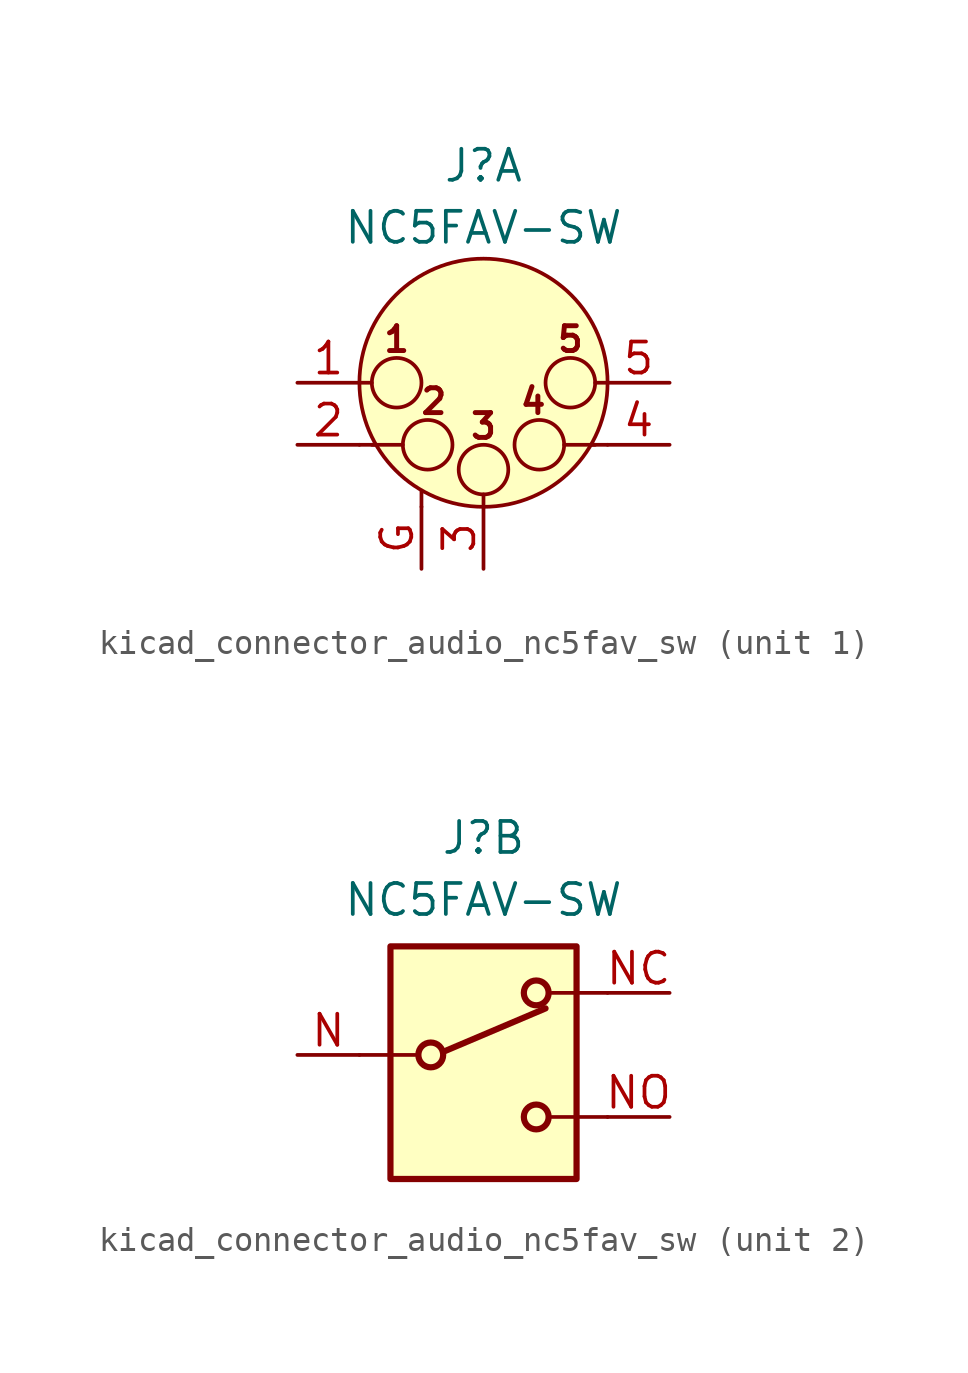
<source format=kicad_sym>
(kicad_symbol_lib
  (version 20220914)
  (generator kicad_symbol_editor)
  (symbol "kicad_connector_audio_nc5fav_sw"
    (pin_names hide)
    (property "Reference" "J"
      (at 0 8.89 0)
      (effects (font (size 1.27 1.27))))
    (property "Value" "NC5FAV-SW"
      (at 0 6.35 0)
      (effects (font (size 1.27 1.27))))
    (property "ki_locked" ""
      (at 0 0 0)
      (effects (font (size 1.27 1.27))))
    (symbol "kicad_connector_audio_nc5fav_sw_1_1"
      (circle (center -3.556 0) (radius 1.016) (stroke (width 0) (type default)) (fill (type none)))
      (circle (center -2.286 -2.54) (radius 1.016) (stroke (width 0) (type default)) (fill (type none)))
      (circle (center 0 -3.556) (radius 1.016) (stroke (width 0) (type default)) (fill (type none)))
      (polyline (pts (xy -5.08 -2.54) (xy -4.445 -2.54)) (stroke (width 0) (type default)) (fill (type none)))
      (polyline (pts (xy -5.08 0) (xy -4.572 0)) (stroke (width 0) (type default)) (fill (type none)))
      (polyline (pts (xy -4.572 -2.54) (xy -3.302 -2.54)) (stroke (width 0) (type default)) (fill (type none)))
      (polyline (pts (xy -2.54 -5.08) (xy -2.54 -4.445)) (stroke (width 0) (type default)) (fill (type none)))
      (polyline (pts (xy 0 -5.08) (xy 0 -4.572)) (stroke (width 0) (type default)) (fill (type none)))
      (polyline (pts (xy 4.572 -2.54) (xy 3.302 -2.54)) (stroke (width 0) (type default)) (fill (type none)))
      (polyline (pts (xy 5.08 -2.54) (xy 4.445 -2.54)) (stroke (width 0) (type default)) (fill (type none)))
      (polyline (pts (xy 5.08 0) (xy 4.572 0)) (stroke (width 0) (type default)) (fill (type none)))
      (circle (center 0 0) (radius 5.08) (stroke (width 0) (type default)) (fill (type background)))
      (circle (center 2.286 -2.54) (radius 1.016) (stroke (width 0) (type default)) (fill (type none)))
      (circle (center 3.556 0) (radius 1.016) (stroke (width 0) (type default)) (fill (type none)))
      (text "1" (at -3.556 1.778 0) (effects (font (size 1.016 1.016) bold)))
      (text "2" (at -2.032 -0.762 0) (effects (font (size 1.016 1.016) bold)))
      (text "3" (at 0 -1.778 0) (effects (font (size 1.016 1.016) bold)))
      (text "4" (at 2.032 -0.762 0) (effects (font (size 1.016 1.016) bold)))
      (text "5" (at 3.556 1.778 0) (effects (font (size 1.016 1.016) bold)))
      (pin passive line (at -7.62 0 0) (length 2.54) (name "P1" (effects (font (size 1.27 1.27)))) (number "1" (effects (font (size 1.27 1.27)))))
      (pin passive line (at -7.62 -2.54 0) (length 2.54) (name "P2" (effects (font (size 1.27 1.27)))) (number "2" (effects (font (size 1.27 1.27)))))
      (pin passive line (at 0 -7.62 90) (length 2.54) (name "P3" (effects (font (size 1.27 1.27)))) (number "3" (effects (font (size 1.27 1.27)))))
      (pin passive line (at 7.62 -2.54 180) (length 2.54) (name "P3" (effects (font (size 1.27 1.27)))) (number "4" (effects (font (size 1.27 1.27)))))
      (pin passive line (at 7.62 0 180) (length 2.54) (name "P5" (effects (font (size 1.27 1.27)))) (number "5" (effects (font (size 1.27 1.27)))))
      (pin passive line (at -2.54 -7.62 90) (length 2.54) (name "~" (effects (font (size 1.27 1.27)))) (number "G" (effects (font (size 1.27 1.27))))))
    (symbol "kicad_connector_audio_nc5fav_sw_2_1"
      (rectangle (start -3.81 4.445) (end 3.81 -5.08) (stroke (width 0.254) (type default)) (fill (type background)))
      (circle (center -2.159 0) (radius 0.508) (stroke (width 0.254) (type default)) (fill (type none)))
      (polyline (pts (xy -5.08 0) (xy -2.794 0)) (stroke (width 0) (type default)) (fill (type none)))
      (polyline (pts (xy -1.651 0.127) (xy 2.54 1.905)) (stroke (width 0.254) (type default)) (fill (type none)))
      (polyline (pts (xy 5.08 -2.54) (xy 2.794 -2.54)) (stroke (width 0) (type default)) (fill (type none)))
      (polyline (pts (xy 5.08 2.54) (xy 2.794 2.54)) (stroke (width 0) (type default)) (fill (type none)))
      (circle (center 2.159 -2.54) (radius 0.508) (stroke (width 0.254) (type default)) (fill (type none)))
      (circle (center 2.159 2.54) (radius 0.508) (stroke (width 0.254) (type default)) (fill (type none)))
      (pin passive line (at -7.62 0 0) (length 2.54) (name "~" (effects (font (size 1.27 1.27)))) (number "N" (effects (font (size 1.27 1.27)))))
      (pin passive line (at 7.62 2.54 180) (length 2.54) (name "~" (effects (font (size 1.27 1.27)))) (number "NC" (effects (font (size 1.27 1.27)))))
      (pin passive line (at 7.62 -2.54 180) (length 2.54) (name "~" (effects (font (size 1.27 1.27)))) (number "NO" (effects (font (size 1.27 1.27))))))))
</source>
